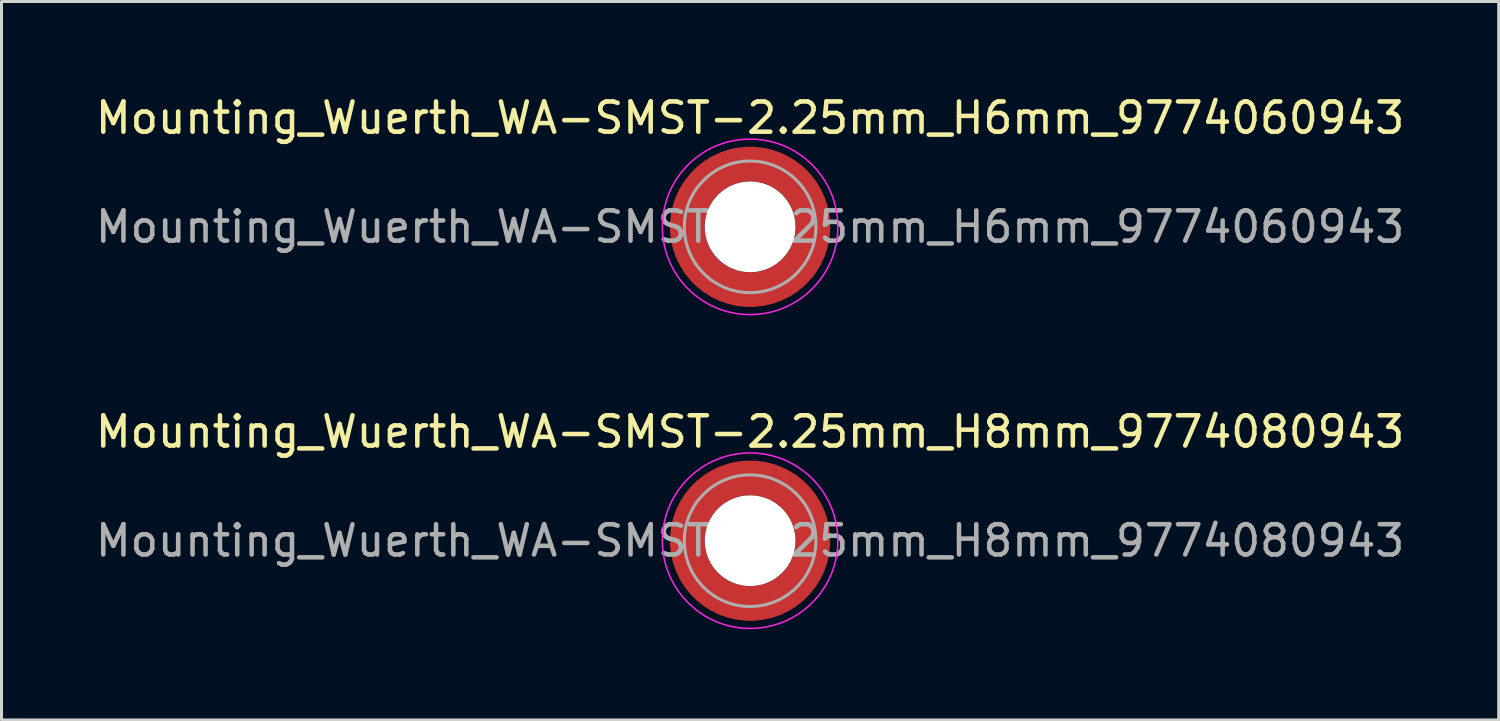
<source format=kicad_pcb>
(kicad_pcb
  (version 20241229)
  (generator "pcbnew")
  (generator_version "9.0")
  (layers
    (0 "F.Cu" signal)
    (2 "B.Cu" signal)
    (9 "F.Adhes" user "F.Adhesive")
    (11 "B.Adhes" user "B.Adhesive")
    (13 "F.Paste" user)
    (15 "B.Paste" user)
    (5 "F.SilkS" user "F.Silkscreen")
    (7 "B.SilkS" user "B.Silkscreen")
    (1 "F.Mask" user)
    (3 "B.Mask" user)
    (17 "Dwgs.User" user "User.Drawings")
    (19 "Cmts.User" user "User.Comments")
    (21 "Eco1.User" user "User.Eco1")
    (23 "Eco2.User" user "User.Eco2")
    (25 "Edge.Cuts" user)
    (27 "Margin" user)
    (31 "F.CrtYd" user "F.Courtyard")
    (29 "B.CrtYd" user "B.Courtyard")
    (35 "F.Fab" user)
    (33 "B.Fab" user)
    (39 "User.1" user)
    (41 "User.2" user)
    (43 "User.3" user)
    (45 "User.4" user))
  (footprint "Mounting_Wuerth_WA-SMST-2.25mm_H6mm_9774060943"
    (layer "F.Cu")
    (at 21.744 4.448)
    (property "Reference" "Mounting_Wuerth_WA-SMST-2.25mm_H6mm_9774060943" (at 0 -3.6 0) (layer "F.SilkS") (effects (font (size 1 1) (thickness 0.15))))
    (attr smd)
    (fp_circle (center 0 0) (end 2.9 0) (stroke (width 0.05) (type solid)) (fill no) (layer "F.CrtYd"))
    (fp_circle (center 0 0) (end 2.175 0) (stroke (width 0.1) (type solid)) (fill no) (layer "F.Fab"))
    (fp_text user "${REFERENCE}" (at 0 0 0) (layer "F.Fab") (effects (font (size 1 1) (thickness 0.15))))
    (pad "" smd custom (at -1.453 -1.453) (size 0.61 0.61) (layers "F.Paste") (options (anchor circle)) (primitives (gr_arc (start -0.147677 1.053104) (mid 0.286378 0.286378) (end 1.053104 -0.147677) (width 0.2)) (gr_arc (start -0.240295 1.053104) (mid 0.222738 0.222738) (end 1.053104 -0.240295) (width 0.2)) (gr_arc (start -0.332645 1.053104) (mid 0.159099 0.159099) (end 1.053104 -0.332645) (width 0.2)) (gr_arc (start -0.424767 1.053104) (mid 0.095459 0.095459) (end 1.053104 -0.424767) (width 0.2)) (gr_arc (start -0.516693 1.053104) (mid 0.031819 0.031819) (end 1.053104 -0.516693) (width 0.2)) (gr_arc (start -0.608448 1.053104) (mid -0.03182 -0.03182) (end 1.053104 -0.608448) (width 0.2)) (gr_arc (start -0.700056 1.053104) (mid -0.09546 -0.09546) (end 1.053104 -0.700056) (width 0.2)) (gr_arc (start -0.791534 1.053104) (mid -0.159099 -0.159099) (end 1.053104 -0.791534) (width 0.2)) (gr_arc (start -0.882896 1.053104) (mid -0.222738 -0.222738) (end 1.053104 -0.882896) (width 0.2)) (gr_arc (start -0.974157 1.053104) (mid -0.286378 -0.286378) (end 1.053104 -0.974157) (width 0.2)) (gr_line (start 1.053 -0.148) (end 1.053 -0.974) (width 0.2)) (gr_line (start -0.148 1.053) (end -0.974 1.053) (width 0.2))))
    (pad "" smd custom (at -1.453 1.453) (size 0.61 0.61) (layers "F.Paste") (options (anchor circle)) (primitives (gr_arc (start 1.053104 0.147677) (mid 0.286378 -0.286378) (end -0.147677 -1.053104) (width 0.2)) (gr_arc (start 1.053104 0.240295) (mid 0.222738 -0.222738) (end -0.240295 -1.053104) (width 0.2)) (gr_arc (start 1.053104 0.332645) (mid 0.159099 -0.159099) (end -0.332645 -1.053104) (width 0.2)) (gr_arc (start 1.053104 0.424767) (mid 0.095459 -0.095459) (end -0.424767 -1.053104) (width 0.2)) (gr_arc (start 1.053104 0.516693) (mid 0.031819 -0.031819) (end -0.516693 -1.053104) (width 0.2)) (gr_arc (start 1.053104 0.608448) (mid -0.03182 0.03182) (end -0.608448 -1.053104) (width 0.2)) (gr_arc (start 1.053104 0.700056) (mid -0.09546 0.09546) (end -0.700056 -1.053104) (width 0.2)) (gr_arc (start 1.053104 0.791534) (mid -0.159099 0.159099) (end -0.791534 -1.053104) (width 0.2)) (gr_arc (start 1.053104 0.882896) (mid -0.222738 0.222738) (end -0.882896 -1.053104) (width 0.2)) (gr_arc (start 1.053104 0.974157) (mid -0.286378 0.286378) (end -0.974157 -1.053104) (width 0.2)) (gr_line (start -0.148 -1.053) (end -0.974 -1.053) (width 0.2)) (gr_line (start 1.053 0.148) (end 1.053 0.974) (width 0.2))))
    (pad "" np_thru_hole circle (at 0 0) (size 3 3) (drill 3) (layers "*.Cu" "*.Mask"))
    (pad "" smd custom (at 1.453 -1.453) (size 0.61 0.61) (layers "F.Paste") (options (anchor circle)) (primitives (gr_arc (start -1.053104 -0.147677) (mid -0.286378 0.286378) (end 0.147677 1.053104) (width 0.2)) (gr_arc (start -1.053104 -0.240295) (mid -0.222738 0.222738) (end 0.240295 1.053104) (width 0.2)) (gr_arc (start -1.053104 -0.332645) (mid -0.159099 0.159099) (end 0.332645 1.053104) (width 0.2)) (gr_arc (start -1.053104 -0.424767) (mid -0.095459 0.095459) (end 0.424767 1.053104) (width 0.2)) (gr_arc (start -1.053104 -0.516693) (mid -0.031819 0.031819) (end 0.516693 1.053104) (width 0.2)) (gr_arc (start -1.053104 -0.608448) (mid 0.03182 -0.03182) (end 0.608448 1.053104) (width 0.2)) (gr_arc (start -1.053104 -0.700056) (mid 0.09546 -0.09546) (end 0.700056 1.053104) (width 0.2)) (gr_arc (start -1.053104 -0.791534) (mid 0.159099 -0.159099) (end 0.791534 1.053104) (width 0.2)) (gr_arc (start -1.053104 -0.882896) (mid 0.222738 -0.222738) (end 0.882896 1.053104) (width 0.2)) (gr_arc (start -1.053104 -0.974157) (mid 0.286378 -0.286378) (end 0.974157 1.053104) (width 0.2)) (gr_line (start 0.148 1.053) (end 0.974 1.053) (width 0.2)) (gr_line (start -1.053 -0.148) (end -1.053 -0.974) (width 0.2))))
    (pad "" smd custom (at 1.453 1.453) (size 0.61 0.61) (layers "F.Paste") (options (anchor circle)) (primitives (gr_arc (start 0.147677 -1.053104) (mid -0.286378 -0.286378) (end -1.053104 0.147677) (width 0.2)) (gr_arc (start 0.240295 -1.053104) (mid -0.222738 -0.222738) (end -1.053104 0.240295) (width 0.2)) (gr_arc (start 0.332645 -1.053104) (mid -0.159099 -0.159099) (end -1.053104 0.332645) (width 0.2)) (gr_arc (start 0.424767 -1.053104) (mid -0.095459 -0.095459) (end -1.053104 0.424767) (width 0.2)) (gr_arc (start 0.516693 -1.053104) (mid -0.031819 -0.031819) (end -1.053104 0.516693) (width 0.2)) (gr_arc (start 0.608448 -1.053104) (mid 0.03182 0.03182) (end -1.053104 0.608448) (width 0.2)) (gr_arc (start 0.700056 -1.053104) (mid 0.09546 0.09546) (end -1.053104 0.700056) (width 0.2)) (gr_arc (start 0.791534 -1.053104) (mid 0.159099 0.159099) (end -1.053104 0.791534) (width 0.2)) (gr_arc (start 0.882896 -1.053104) (mid 0.222738 0.222738) (end -1.053104 0.882896) (width 0.2)) (gr_arc (start 0.974157 -1.053104) (mid 0.286378 0.286378) (end -1.053104 0.974157) (width 0.2)) (gr_line (start -1.053 0.148) (end -1.053 0.974) (width 0.2)) (gr_line (start 0.148 -1.053) (end 0.974 -1.053) (width 0.2))))
    (pad "1" smd circle (at -2.075 0) (size 0.75 0.75) (layers "F.Cu"))
    (pad "1" smd circle (at 0 -2.075) (size 0.75 0.75) (layers "F.Cu"))
    (pad "1" smd circle (at 0 2.075) (size 0.75 0.75) (layers "F.Cu"))
    (pad "1" smd custom (at 2.075 0) (size 0.75 0.75) (layers "F.Cu" "F.Mask") (options (anchor circle)) (primitives (gr_circle (center -2.075 0) (end 0 0) (width 1.15) (fill no)))))
  (footprint "Mounting_Wuerth_WA-SMST-2.25mm_H8mm_9774080943"
    (layer "F.Cu")
    (at 21.744 14.822)
    (property "Reference" "Mounting_Wuerth_WA-SMST-2.25mm_H8mm_9774080943" (at 0 -3.6 0) (layer "F.SilkS") (effects (font (size 1 1) (thickness 0.15))))
    (attr smd)
    (fp_circle (center 0 0) (end 2.9 0) (stroke (width 0.05) (type solid)) (fill no) (layer "F.CrtYd"))
    (fp_circle (center 0 0) (end 2.175 0) (stroke (width 0.1) (type solid)) (fill no) (layer "F.Fab"))
    (fp_text user "${REFERENCE}" (at 0 0 0) (layer "F.Fab") (effects (font (size 1 1) (thickness 0.15))))
    (pad "" smd custom (at -1.453 -1.453) (size 0.61 0.61) (layers "F.Paste") (options (anchor circle)) (primitives (gr_arc (start -0.147677 1.053104) (mid 0.286378 0.286378) (end 1.053104 -0.147677) (width 0.2)) (gr_arc (start -0.240295 1.053104) (mid 0.222738 0.222738) (end 1.053104 -0.240295) (width 0.2)) (gr_arc (start -0.332645 1.053104) (mid 0.159099 0.159099) (end 1.053104 -0.332645) (width 0.2)) (gr_arc (start -0.424767 1.053104) (mid 0.095459 0.095459) (end 1.053104 -0.424767) (width 0.2)) (gr_arc (start -0.516693 1.053104) (mid 0.031819 0.031819) (end 1.053104 -0.516693) (width 0.2)) (gr_arc (start -0.608448 1.053104) (mid -0.03182 -0.03182) (end 1.053104 -0.608448) (width 0.2)) (gr_arc (start -0.700056 1.053104) (mid -0.09546 -0.09546) (end 1.053104 -0.700056) (width 0.2)) (gr_arc (start -0.791534 1.053104) (mid -0.159099 -0.159099) (end 1.053104 -0.791534) (width 0.2)) (gr_arc (start -0.882896 1.053104) (mid -0.222738 -0.222738) (end 1.053104 -0.882896) (width 0.2)) (gr_arc (start -0.974157 1.053104) (mid -0.286378 -0.286378) (end 1.053104 -0.974157) (width 0.2)) (gr_line (start 1.053 -0.148) (end 1.053 -0.974) (width 0.2)) (gr_line (start -0.148 1.053) (end -0.974 1.053) (width 0.2))))
    (pad "" smd custom (at -1.453 1.453) (size 0.61 0.61) (layers "F.Paste") (options (anchor circle)) (primitives (gr_arc (start 1.053104 0.147677) (mid 0.286378 -0.286378) (end -0.147677 -1.053104) (width 0.2)) (gr_arc (start 1.053104 0.240295) (mid 0.222738 -0.222738) (end -0.240295 -1.053104) (width 0.2)) (gr_arc (start 1.053104 0.332645) (mid 0.159099 -0.159099) (end -0.332645 -1.053104) (width 0.2)) (gr_arc (start 1.053104 0.424767) (mid 0.095459 -0.095459) (end -0.424767 -1.053104) (width 0.2)) (gr_arc (start 1.053104 0.516693) (mid 0.031819 -0.031819) (end -0.516693 -1.053104) (width 0.2)) (gr_arc (start 1.053104 0.608448) (mid -0.03182 0.03182) (end -0.608448 -1.053104) (width 0.2)) (gr_arc (start 1.053104 0.700056) (mid -0.09546 0.09546) (end -0.700056 -1.053104) (width 0.2)) (gr_arc (start 1.053104 0.791534) (mid -0.159099 0.159099) (end -0.791534 -1.053104) (width 0.2)) (gr_arc (start 1.053104 0.882896) (mid -0.222738 0.222738) (end -0.882896 -1.053104) (width 0.2)) (gr_arc (start 1.053104 0.974157) (mid -0.286378 0.286378) (end -0.974157 -1.053104) (width 0.2)) (gr_line (start -0.148 -1.053) (end -0.974 -1.053) (width 0.2)) (gr_line (start 1.053 0.148) (end 1.053 0.974) (width 0.2))))
    (pad "" np_thru_hole circle (at 0 0) (size 3 3) (drill 3) (layers "*.Cu" "*.Mask"))
    (pad "" smd custom (at 1.453 -1.453) (size 0.61 0.61) (layers "F.Paste") (options (anchor circle)) (primitives (gr_arc (start -1.053104 -0.147677) (mid -0.286378 0.286378) (end 0.147677 1.053104) (width 0.2)) (gr_arc (start -1.053104 -0.240295) (mid -0.222738 0.222738) (end 0.240295 1.053104) (width 0.2)) (gr_arc (start -1.053104 -0.332645) (mid -0.159099 0.159099) (end 0.332645 1.053104) (width 0.2)) (gr_arc (start -1.053104 -0.424767) (mid -0.095459 0.095459) (end 0.424767 1.053104) (width 0.2)) (gr_arc (start -1.053104 -0.516693) (mid -0.031819 0.031819) (end 0.516693 1.053104) (width 0.2)) (gr_arc (start -1.053104 -0.608448) (mid 0.03182 -0.03182) (end 0.608448 1.053104) (width 0.2)) (gr_arc (start -1.053104 -0.700056) (mid 0.09546 -0.09546) (end 0.700056 1.053104) (width 0.2)) (gr_arc (start -1.053104 -0.791534) (mid 0.159099 -0.159099) (end 0.791534 1.053104) (width 0.2)) (gr_arc (start -1.053104 -0.882896) (mid 0.222738 -0.222738) (end 0.882896 1.053104) (width 0.2)) (gr_arc (start -1.053104 -0.974157) (mid 0.286378 -0.286378) (end 0.974157 1.053104) (width 0.2)) (gr_line (start 0.148 1.053) (end 0.974 1.053) (width 0.2)) (gr_line (start -1.053 -0.148) (end -1.053 -0.974) (width 0.2))))
    (pad "" smd custom (at 1.453 1.453) (size 0.61 0.61) (layers "F.Paste") (options (anchor circle)) (primitives (gr_arc (start 0.147677 -1.053104) (mid -0.286378 -0.286378) (end -1.053104 0.147677) (width 0.2)) (gr_arc (start 0.240295 -1.053104) (mid -0.222738 -0.222738) (end -1.053104 0.240295) (width 0.2)) (gr_arc (start 0.332645 -1.053104) (mid -0.159099 -0.159099) (end -1.053104 0.332645) (width 0.2)) (gr_arc (start 0.424767 -1.053104) (mid -0.095459 -0.095459) (end -1.053104 0.424767) (width 0.2)) (gr_arc (start 0.516693 -1.053104) (mid -0.031819 -0.031819) (end -1.053104 0.516693) (width 0.2)) (gr_arc (start 0.608448 -1.053104) (mid 0.03182 0.03182) (end -1.053104 0.608448) (width 0.2)) (gr_arc (start 0.700056 -1.053104) (mid 0.09546 0.09546) (end -1.053104 0.700056) (width 0.2)) (gr_arc (start 0.791534 -1.053104) (mid 0.159099 0.159099) (end -1.053104 0.791534) (width 0.2)) (gr_arc (start 0.882896 -1.053104) (mid 0.222738 0.222738) (end -1.053104 0.882896) (width 0.2)) (gr_arc (start 0.974157 -1.053104) (mid 0.286378 0.286378) (end -1.053104 0.974157) (width 0.2)) (gr_line (start -1.053 0.148) (end -1.053 0.974) (width 0.2)) (gr_line (start 0.148 -1.053) (end 0.974 -1.053) (width 0.2))))
    (pad "1" smd circle (at -2.075 0) (size 0.75 0.75) (layers "F.Cu"))
    (pad "1" smd circle (at 0 -2.075) (size 0.75 0.75) (layers "F.Cu"))
    (pad "1" smd circle (at 0 2.075) (size 0.75 0.75) (layers "F.Cu"))
    (pad "1" smd custom (at 2.075 0) (size 0.75 0.75) (layers "F.Cu" "F.Mask") (options (anchor circle)) (primitives (gr_circle (center -2.075 0) (end 0 0) (width 1.15) (fill no)))))
  (gr_rect
    (start -3 -3)
    (end 46.488 20.747)
    (stroke (width 0.1) (type default))
    (fill no)
    (layer "Edge.Cuts")))
</source>
